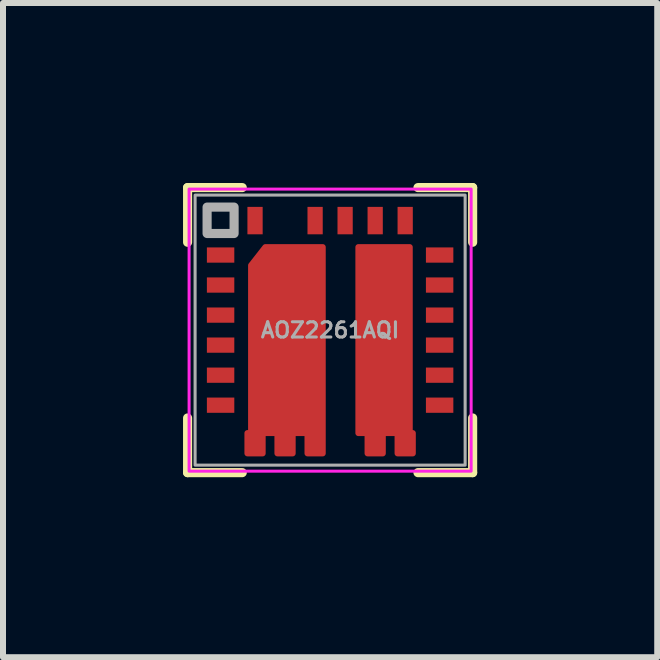
<source format=kicad_pcb>
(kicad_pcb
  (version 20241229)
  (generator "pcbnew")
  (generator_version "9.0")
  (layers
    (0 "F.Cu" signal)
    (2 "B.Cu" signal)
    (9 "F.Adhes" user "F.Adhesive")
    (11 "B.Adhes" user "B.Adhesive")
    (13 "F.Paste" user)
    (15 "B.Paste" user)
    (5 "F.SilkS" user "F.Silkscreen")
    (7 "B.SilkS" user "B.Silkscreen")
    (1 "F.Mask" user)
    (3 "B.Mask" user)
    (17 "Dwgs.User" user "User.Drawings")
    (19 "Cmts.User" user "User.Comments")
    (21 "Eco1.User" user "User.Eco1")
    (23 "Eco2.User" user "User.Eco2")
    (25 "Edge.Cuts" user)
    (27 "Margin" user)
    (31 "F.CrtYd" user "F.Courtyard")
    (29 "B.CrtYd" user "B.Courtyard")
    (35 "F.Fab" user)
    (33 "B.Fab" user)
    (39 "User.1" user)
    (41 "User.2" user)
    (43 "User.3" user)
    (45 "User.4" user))
  (footprint "AOZ2261AQI"
    (layer "F.Cu")
    (at 2.451 2.451)
    (property "Reference" "AOZ2261AQI" (at 0 0 0) (layer "F.Fab") (effects (font (size 0.254 0.254) (thickness 0.051))))
    (attr through_hole)
    (fp_poly (pts (xy 0.471 1.716) (xy 0.624 1.716) (xy 0.624 2.054) (xy 0.878 2.054) (xy 0.878 1.716) (xy 1.124 1.716) (xy 1.124 2.054) (xy 1.378 2.054) (xy 1.378 1.716) (xy 1.327 1.716) (xy 1.327 -1.383) (xy 0.471 -1.383)) (stroke (width 0.1) (type solid)) (fill yes) (layer "F.Cu"))
    (fp_poly (pts (xy -1.378 2.054) (xy -1.378 1.716) (xy -1.317 1.716) (xy -1.317 -1.079) (xy -1.079 -1.383) (xy -0.123 -1.383) (xy -0.123 2.054) (xy -0.377 2.054) (xy -0.377 1.716) (xy -0.624 1.716) (xy -0.624 2.054) (xy -0.878 2.054) (xy -0.878 1.716) (xy -1.124 1.716) (xy -1.124 2.054)) (stroke (width 0.1) (type solid)) (fill yes) (layer "F.Cu"))
    (fp_poly (pts (xy 0.471 1.716) (xy 0.624 1.716) (xy 0.624 2.054) (xy 0.878 2.054) (xy 0.878 1.716) (xy 1.124 1.716) (xy 1.124 2.054) (xy 1.378 2.054) (xy 1.378 1.716) (xy 1.327 1.716) (xy 1.327 -1.383) (xy 0.471 -1.383)) (stroke (width 0.1) (type solid)) (fill yes) (layer "F.Mask"))
    (fp_poly (pts (xy -1.378 2.054) (xy -1.378 1.716) (xy -1.317 1.716) (xy -1.317 -1.079) (xy -1.079 -1.383) (xy -0.123 -1.383) (xy -0.123 2.054) (xy -0.377 2.054) (xy -0.377 1.716) (xy -0.624 1.716) (xy -0.624 2.054) (xy -0.878 2.054) (xy -0.878 1.716) (xy -1.124 1.716) (xy -1.124 2.054)) (stroke (width 0.1) (type solid)) (fill yes) (layer "F.Mask"))
    (fp_line (start -2.375 -2.375) (end -2.375 -1.464) (stroke (width 0.152) (type solid)) (layer "F.SilkS"))
    (fp_line (start -2.375 1.464) (end -2.375 2.375) (stroke (width 0.152) (type solid)) (layer "F.SilkS"))
    (fp_line (start -2.375 2.375) (end -1.464 2.375) (stroke (width 0.152) (type solid)) (layer "F.SilkS"))
    (fp_line (start -1.464 -2.375) (end -2.375 -2.375) (stroke (width 0.152) (type solid)) (layer "F.SilkS"))
    (fp_line (start 1.464 2.375) (end 2.375 2.375) (stroke (width 0.152) (type solid)) (layer "F.SilkS"))
    (fp_line (start 2.375 -2.375) (end 1.464 -2.375) (stroke (width 0.152) (type solid)) (layer "F.SilkS"))
    (fp_line (start 2.375 -1.464) (end 2.375 -2.375) (stroke (width 0.152) (type solid)) (layer "F.SilkS"))
    (fp_line (start 2.375 2.375) (end 2.375 1.464) (stroke (width 0.152) (type solid)) (layer "F.SilkS"))
    (fp_poly (pts (xy 0.471 1.716) (xy 0.624 1.716) (xy 0.624 2.054) (xy 0.878 2.054) (xy 0.878 1.716) (xy 1.124 1.716) (xy 1.124 2.054) (xy 1.378 2.054) (xy 1.378 1.716) (xy 1.327 1.716) (xy 1.327 -1.383) (xy 0.471 -1.383)) (stroke (width 0.1) (type solid)) (fill yes) (layer "F.Paste"))
    (fp_poly (pts (xy -1.378 2.054) (xy -1.378 1.716) (xy -1.317 1.716) (xy -1.317 -1.079) (xy -1.079 -1.383) (xy -0.123 -1.383) (xy -0.123 2.054) (xy -0.377 2.054) (xy -0.377 1.716) (xy -0.624 1.716) (xy -0.624 2.054) (xy -0.878 2.054) (xy -0.878 1.716) (xy -1.124 1.716) (xy -1.124 2.054)) (stroke (width 0.1) (type solid)) (fill yes) (layer "F.Paste"))
    (fp_rect (start 2.35 -2.35) (end -2.35 2.35) (stroke (width 0.05) (type solid)) (fill no) (layer "F.CrtYd"))
    (fp_rect (start -2.25 -2.25) (end 2.25 2.25) (stroke (width 0.051) (type solid)) (fill no) (layer "F.Fab"))
    (fp_rect (start -2.05 -1.61) (end -1.6 -2.05) (stroke (width 0.152) (type solid)) (fill no) (layer "F.Fab"))
    (pad "1" smd rect (at -1.825 -1.251 90) (size 0.254 0.457) (layers "F.Cu" "F.Mask" "F.Paste"))
    (pad "2" smd rect (at -1.825 -0.751 90) (size 0.254 0.457) (layers "F.Cu" "F.Mask" "F.Paste"))
    (pad "3" smd rect (at -1.825 -0.25 90) (size 0.254 0.457) (layers "F.Cu" "F.Mask" "F.Paste"))
    (pad "4" smd rect (at -1.825 0.25 90) (size 0.254 0.457) (layers "F.Cu" "F.Mask" "F.Paste"))
    (pad "5" smd rect (at -1.825 0.751 90) (size 0.254 0.457) (layers "F.Cu" "F.Mask" "F.Paste"))
    (pad "6" smd rect (at -1.825 1.251 90) (size 0.254 0.457) (layers "F.Cu" "F.Mask" "F.Paste"))
    (pad "7" smd rect (at -1.251 1.888) (size 0.254 0.33) (layers "F.Cu" "F.Mask" "F.Paste"))
    (pad "8" smd rect (at -0.751 1.888) (size 0.254 0.33) (layers "F.Cu" "F.Mask" "F.Paste"))
    (pad "9" smd rect (at -0.25 1.888) (size 0.254 0.33) (layers "F.Cu" "F.Mask" "F.Paste"))
    (pad "10" smd rect (at 0.751 1.888) (size 0.254 0.33) (layers "F.Cu" "F.Mask" "F.Paste"))
    (pad "11" smd rect (at 1.251 1.888) (size 0.254 0.33) (layers "F.Cu" "F.Mask" "F.Paste"))
    (pad "12" smd rect (at 1.825 1.251 90) (size 0.254 0.457) (layers "F.Cu" "F.Mask" "F.Paste"))
    (pad "13" smd rect (at 1.825 0.751 90) (size 0.254 0.457) (layers "F.Cu" "F.Mask" "F.Paste"))
    (pad "14" smd rect (at 1.825 0.25 90) (size 0.254 0.457) (layers "F.Cu" "F.Mask" "F.Paste"))
    (pad "15" smd rect (at 1.825 -0.25 90) (size 0.254 0.457) (layers "F.Cu" "F.Mask" "F.Paste"))
    (pad "16" smd rect (at 1.825 -0.751 90) (size 0.254 0.457) (layers "F.Cu" "F.Mask" "F.Paste"))
    (pad "17" smd rect (at 1.825 -1.251 90) (size 0.254 0.457) (layers "F.Cu" "F.Mask" "F.Paste"))
    (pad "18" smd rect (at 1.251 -1.825) (size 0.254 0.457) (layers "F.Cu" "F.Mask" "F.Paste"))
    (pad "19" smd rect (at 0.751 -1.825) (size 0.254 0.457) (layers "F.Cu" "F.Mask" "F.Paste"))
    (pad "20" smd rect (at 0.25 -1.825) (size 0.254 0.457) (layers "F.Cu" "F.Mask" "F.Paste"))
    (pad "21" smd rect (at -0.25 -1.825) (size 0.254 0.457) (layers "F.Cu" "F.Mask" "F.Paste"))
    (pad "22" smd rect (at -1.251 -1.825) (size 0.254 0.457) (layers "F.Cu" "F.Mask" "F.Paste")))
  (gr_rect
    (start -3 -3)
    (end 7.902 7.902)
    (stroke (width 0.1) (type default))
    (fill no)
    (layer "Edge.Cuts")))
</source>
